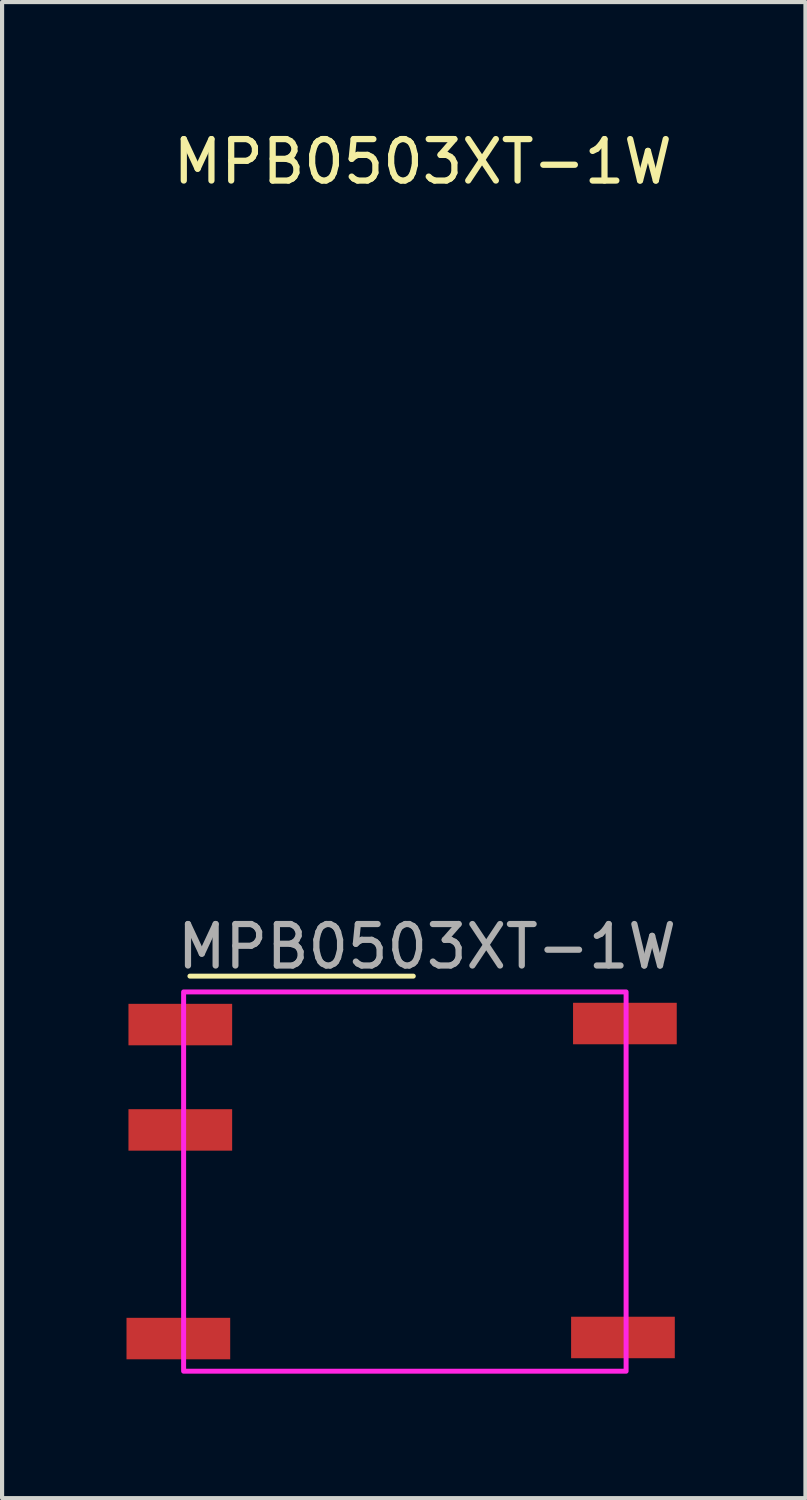
<source format=kicad_pcb>
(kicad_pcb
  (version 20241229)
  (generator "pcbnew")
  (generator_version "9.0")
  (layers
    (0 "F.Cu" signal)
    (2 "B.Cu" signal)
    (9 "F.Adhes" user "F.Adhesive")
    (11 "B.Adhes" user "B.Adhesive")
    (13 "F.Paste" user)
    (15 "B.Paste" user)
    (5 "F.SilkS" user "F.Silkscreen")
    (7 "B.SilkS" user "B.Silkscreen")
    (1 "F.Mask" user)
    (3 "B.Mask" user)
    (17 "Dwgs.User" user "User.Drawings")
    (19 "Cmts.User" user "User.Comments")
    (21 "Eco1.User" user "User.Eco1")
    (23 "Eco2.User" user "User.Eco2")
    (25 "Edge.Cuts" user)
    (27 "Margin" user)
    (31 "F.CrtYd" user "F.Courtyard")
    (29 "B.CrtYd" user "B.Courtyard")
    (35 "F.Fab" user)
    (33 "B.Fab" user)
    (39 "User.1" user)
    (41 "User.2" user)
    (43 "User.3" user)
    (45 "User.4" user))
  (footprint "MPB0503XT-1W"
    (layer "F.Cu")
    (at 6.914 25.31)
    (property "Reference" "MPB0503XT-1W" (at 0.229 -24.462 0) (unlocked yes) (layer "F.SilkS") (effects (font (size 1 1) (thickness 0.15))))
    (attr smd)
    (fp_line (start -5.385 -4.826) (end 0 -4.826) (stroke (width 0.12) (type solid)) (layer "F.SilkS"))
    (fp_rect (start -5.537 -4.445) (end 5.131 4.699) (stroke (width 0.12) (type solid)) (fill no) (layer "F.CrtYd"))
    (fp_text user "${REFERENCE}" (at 0.33 -5.537 0) (layer "F.Fab") (effects (font (size 1 1) (thickness 0.15))))
    (pad "1" smd rect (at -5.617 -3.658) (size 2.5 1) (layers "F.Cu" "F.Mask" "F.Paste"))
    (pad "2" smd rect (at -5.617 -1.118) (size 2.5 1) (layers "F.Cu" "F.Mask" "F.Paste"))
    (pad "4" smd rect (at -5.664 3.912) (size 2.5 1) (layers "F.Cu" "F.Mask" "F.Paste"))
    (pad "5" smd rect (at 5.055 3.886) (size 2.5 1) (layers "F.Cu" "F.Mask" "F.Paste"))
    (pad "8" smd rect (at 5.102 -3.683) (size 2.5 1) (layers "F.Cu" "F.Mask" "F.Paste")))
  (gr_rect
    (start -3 -3)
    (end 16.369 33.069)
    (stroke (width 0.1) (type default))
    (fill no)
    (layer "Edge.Cuts")))
</source>
